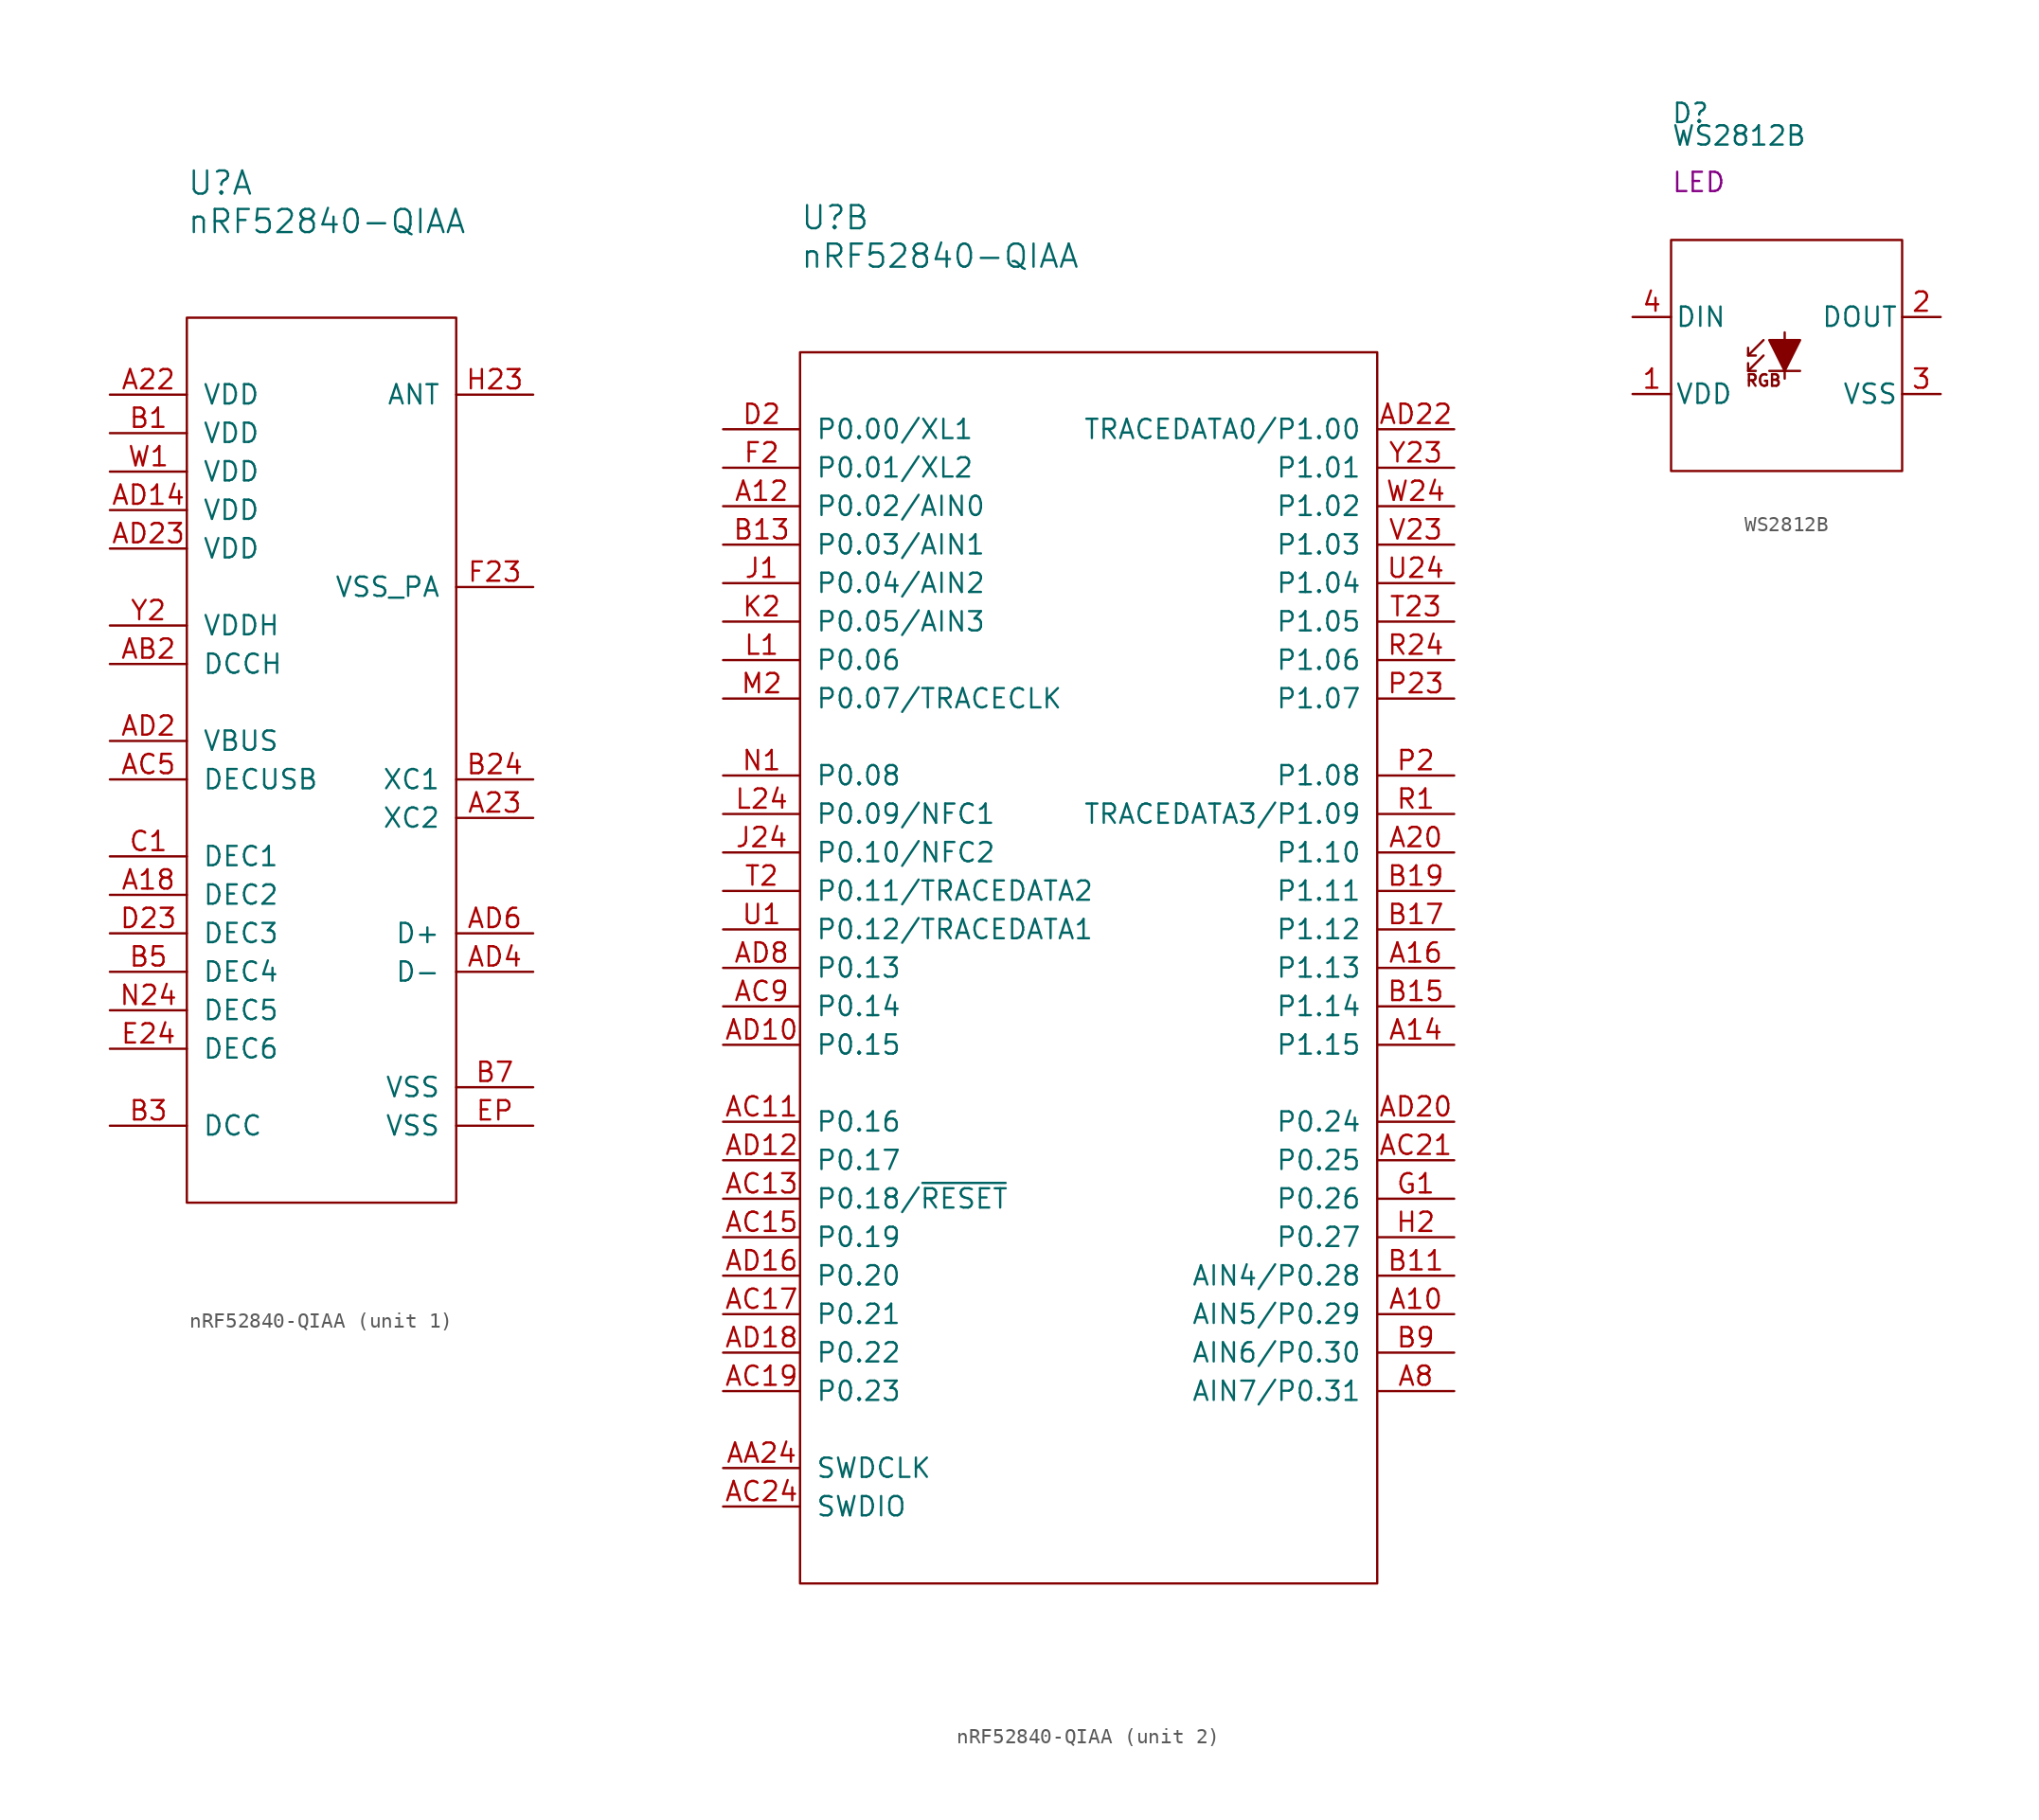
<source format=kicad_sym>
(kicad_symbol_lib
  (version 20211014)
  (generator kicad_symbol_editor)
  (symbol "nRF52840-QIAA"
    (pin_names
      (offset 1.016))
    (property "Reference" "U"
      (at 0 8.89 0)
      (effects (font (size 1.524 1.524)) (justify left)))
    (property "Value" "nRF52840-QIAA"
      (at 0 6.35 0)
      (effects (font (size 1.524 1.524)) (justify left)))
    (property "ki_locked" ""
      (at 0 0 0)
      (effects (font (size 1.27 1.27))))
    (symbol "nRF52840-QIAA_1_1"
      (rectangle (start 0 0) (end 17.78 -58.42) (stroke (width 0) (type default) (color 0 0 0 0)) (fill (type none)))
      (pin power_in line (at -5.08 -38.1 0) (length 5.08) (name "DEC2" (effects (font (size 1.27 1.27)))) (number "A18" (effects (font (size 1.27 1.27)))))
      (pin power_in line (at -5.08 -5.08 0) (length 5.08) (name "VDD" (effects (font (size 1.27 1.27)))) (number "A22" (effects (font (size 1.27 1.27)))))
      (pin passive line (at 22.86 -33.02 180) (length 5.08) (name "XC2" (effects (font (size 1.27 1.27)))) (number "A23" (effects (font (size 1.27 1.27)))))
      (pin power_in line (at -5.08 -22.86 0) (length 5.08) (name "DCCH" (effects (font (size 1.27 1.27)))) (number "AB2" (effects (font (size 1.27 1.27)))))
      (pin power_in line (at -5.08 -30.48 0) (length 5.08) (name "DECUSB" (effects (font (size 1.27 1.27)))) (number "AC5" (effects (font (size 1.27 1.27)))))
      (pin power_in line (at -5.08 -12.7 0) (length 5.08) (name "VDD" (effects (font (size 1.27 1.27)))) (number "AD14" (effects (font (size 1.27 1.27)))))
      (pin power_in line (at -5.08 -27.94 0) (length 5.08) (name "VBUS" (effects (font (size 1.27 1.27)))) (number "AD2" (effects (font (size 1.27 1.27)))))
      (pin power_in line (at -5.08 -15.24 0) (length 5.08) (name "VDD" (effects (font (size 1.27 1.27)))) (number "AD23" (effects (font (size 1.27 1.27)))))
      (pin passive line (at 22.86 -43.18 180) (length 5.08) (name "D-" (effects (font (size 1.27 1.27)))) (number "AD4" (effects (font (size 1.27 1.27)))))
      (pin passive line (at 22.86 -40.64 180) (length 5.08) (name "D+" (effects (font (size 1.27 1.27)))) (number "AD6" (effects (font (size 1.27 1.27)))))
      (pin power_in line (at -5.08 -7.62 0) (length 5.08) (name "VDD" (effects (font (size 1.27 1.27)))) (number "B1" (effects (font (size 1.27 1.27)))))
      (pin passive line (at 22.86 -30.48 180) (length 5.08) (name "XC1" (effects (font (size 1.27 1.27)))) (number "B24" (effects (font (size 1.27 1.27)))))
      (pin power_in line (at -5.08 -53.34 0) (length 5.08) (name "DCC" (effects (font (size 1.27 1.27)))) (number "B3" (effects (font (size 1.27 1.27)))))
      (pin power_in line (at -5.08 -43.18 0) (length 5.08) (name "DEC4" (effects (font (size 1.27 1.27)))) (number "B5" (effects (font (size 1.27 1.27)))))
      (pin power_in line (at 22.86 -50.8 180) (length 5.08) (name "VSS" (effects (font (size 1.27 1.27)))) (number "B7" (effects (font (size 1.27 1.27)))))
      (pin power_in line (at -5.08 -35.56 0) (length 5.08) (name "DEC1" (effects (font (size 1.27 1.27)))) (number "C1" (effects (font (size 1.27 1.27)))))
      (pin power_in line (at -5.08 -40.64 0) (length 5.08) (name "DEC3" (effects (font (size 1.27 1.27)))) (number "D23" (effects (font (size 1.27 1.27)))))
      (pin power_in line (at -5.08 -48.26 0) (length 5.08) (name "DEC6" (effects (font (size 1.27 1.27)))) (number "E24" (effects (font (size 1.27 1.27)))))
      (pin power_in line (at 22.86 -53.34 180) (length 5.08) (name "VSS" (effects (font (size 1.27 1.27)))) (number "EP" (effects (font (size 1.27 1.27)))))
      (pin power_in line (at 22.86 -17.78 180) (length 5.08) (name "VSS_PA" (effects (font (size 1.27 1.27)))) (number "F23" (effects (font (size 1.27 1.27)))))
      (pin passive line (at 22.86 -5.08 180) (length 5.08) (name "ANT" (effects (font (size 1.27 1.27)))) (number "H23" (effects (font (size 1.27 1.27)))))
      (pin power_in line (at -5.08 -45.72 0) (length 5.08) (name "DEC5" (effects (font (size 1.27 1.27)))) (number "N24" (effects (font (size 1.27 1.27)))))
      (pin power_in line (at -5.08 -10.16 0) (length 5.08) (name "VDD" (effects (font (size 1.27 1.27)))) (number "W1" (effects (font (size 1.27 1.27)))))
      (pin power_in line (at -5.08 -20.32 0) (length 5.08) (name "VDDH" (effects (font (size 1.27 1.27)))) (number "Y2" (effects (font (size 1.27 1.27))))))
    (symbol "nRF52840-QIAA_2_1"
      (rectangle (start 0 0) (end 38.1 -81.28) (stroke (width 0) (type default) (color 0 0 0 0)) (fill (type none)))
      (pin passive line (at 43.18 -63.5 180) (length 5.08) (name "AIN5/P0.29" (effects (font (size 1.27 1.27)))) (number "A10" (effects (font (size 1.27 1.27)))))
      (pin passive line (at -5.08 -10.16 0) (length 5.08) (name "P0.02/AIN0" (effects (font (size 1.27 1.27)))) (number "A12" (effects (font (size 1.27 1.27)))))
      (pin passive line (at 43.18 -45.72 180) (length 5.08) (name "P1.15" (effects (font (size 1.27 1.27)))) (number "A14" (effects (font (size 1.27 1.27)))))
      (pin passive line (at 43.18 -40.64 180) (length 5.08) (name "P1.13" (effects (font (size 1.27 1.27)))) (number "A16" (effects (font (size 1.27 1.27)))))
      (pin passive line (at 43.18 -33.02 180) (length 5.08) (name "P1.10" (effects (font (size 1.27 1.27)))) (number "A20" (effects (font (size 1.27 1.27)))))
      (pin passive line (at 43.18 -68.58 180) (length 5.08) (name "AIN7/P0.31" (effects (font (size 1.27 1.27)))) (number "A8" (effects (font (size 1.27 1.27)))))
      (pin passive line (at -5.08 -73.66 0) (length 5.08) (name "SWDCLK" (effects (font (size 1.27 1.27)))) (number "AA24" (effects (font (size 1.27 1.27)))))
      (pin passive line (at -5.08 -50.8 0) (length 5.08) (name "P0.16" (effects (font (size 1.27 1.27)))) (number "AC11" (effects (font (size 1.27 1.27)))))
      (pin passive line (at -5.08 -55.88 0) (length 5.08) (name "P0.18/~{RESET}" (effects (font (size 1.27 1.27)))) (number "AC13" (effects (font (size 1.27 1.27)))))
      (pin passive line (at -5.08 -58.42 0) (length 5.08) (name "P0.19" (effects (font (size 1.27 1.27)))) (number "AC15" (effects (font (size 1.27 1.27)))))
      (pin passive line (at -5.08 -63.5 0) (length 5.08) (name "P0.21" (effects (font (size 1.27 1.27)))) (number "AC17" (effects (font (size 1.27 1.27)))))
      (pin passive line (at -5.08 -68.58 0) (length 5.08) (name "P0.23" (effects (font (size 1.27 1.27)))) (number "AC19" (effects (font (size 1.27 1.27)))))
      (pin passive line (at 43.18 -53.34 180) (length 5.08) (name "P0.25" (effects (font (size 1.27 1.27)))) (number "AC21" (effects (font (size 1.27 1.27)))))
      (pin passive line (at -5.08 -76.2 0) (length 5.08) (name "SWDIO" (effects (font (size 1.27 1.27)))) (number "AC24" (effects (font (size 1.27 1.27)))))
      (pin passive line (at -5.08 -43.18 0) (length 5.08) (name "P0.14" (effects (font (size 1.27 1.27)))) (number "AC9" (effects (font (size 1.27 1.27)))))
      (pin passive line (at -5.08 -45.72 0) (length 5.08) (name "P0.15" (effects (font (size 1.27 1.27)))) (number "AD10" (effects (font (size 1.27 1.27)))))
      (pin passive line (at -5.08 -53.34 0) (length 5.08) (name "P0.17" (effects (font (size 1.27 1.27)))) (number "AD12" (effects (font (size 1.27 1.27)))))
      (pin passive line (at -5.08 -60.96 0) (length 5.08) (name "P0.20" (effects (font (size 1.27 1.27)))) (number "AD16" (effects (font (size 1.27 1.27)))))
      (pin passive line (at -5.08 -66.04 0) (length 5.08) (name "P0.22" (effects (font (size 1.27 1.27)))) (number "AD18" (effects (font (size 1.27 1.27)))))
      (pin passive line (at 43.18 -50.8 180) (length 5.08) (name "P0.24" (effects (font (size 1.27 1.27)))) (number "AD20" (effects (font (size 1.27 1.27)))))
      (pin passive line (at 43.18 -5.08 180) (length 5.08) (name "TRACEDATA0/P1.00" (effects (font (size 1.27 1.27)))) (number "AD22" (effects (font (size 1.27 1.27)))))
      (pin passive line (at -5.08 -40.64 0) (length 5.08) (name "P0.13" (effects (font (size 1.27 1.27)))) (number "AD8" (effects (font (size 1.27 1.27)))))
      (pin passive line (at 43.18 -60.96 180) (length 5.08) (name "AIN4/P0.28" (effects (font (size 1.27 1.27)))) (number "B11" (effects (font (size 1.27 1.27)))))
      (pin passive line (at -5.08 -12.7 0) (length 5.08) (name "P0.03/AIN1" (effects (font (size 1.27 1.27)))) (number "B13" (effects (font (size 1.27 1.27)))))
      (pin passive line (at 43.18 -43.18 180) (length 5.08) (name "P1.14" (effects (font (size 1.27 1.27)))) (number "B15" (effects (font (size 1.27 1.27)))))
      (pin passive line (at 43.18 -38.1 180) (length 5.08) (name "P1.12" (effects (font (size 1.27 1.27)))) (number "B17" (effects (font (size 1.27 1.27)))))
      (pin passive line (at 43.18 -35.56 180) (length 5.08) (name "P1.11" (effects (font (size 1.27 1.27)))) (number "B19" (effects (font (size 1.27 1.27)))))
      (pin passive line (at 43.18 -66.04 180) (length 5.08) (name "AIN6/P0.30" (effects (font (size 1.27 1.27)))) (number "B9" (effects (font (size 1.27 1.27)))))
      (pin passive line (at -5.08 -5.08 0) (length 5.08) (name "P0.00/XL1" (effects (font (size 1.27 1.27)))) (number "D2" (effects (font (size 1.27 1.27)))))
      (pin passive line (at -5.08 -7.62 0) (length 5.08) (name "P0.01/XL2" (effects (font (size 1.27 1.27)))) (number "F2" (effects (font (size 1.27 1.27)))))
      (pin passive line (at 43.18 -55.88 180) (length 5.08) (name "P0.26" (effects (font (size 1.27 1.27)))) (number "G1" (effects (font (size 1.27 1.27)))))
      (pin passive line (at 43.18 -58.42 180) (length 5.08) (name "P0.27" (effects (font (size 1.27 1.27)))) (number "H2" (effects (font (size 1.27 1.27)))))
      (pin passive line (at -5.08 -15.24 0) (length 5.08) (name "P0.04/AIN2" (effects (font (size 1.27 1.27)))) (number "J1" (effects (font (size 1.27 1.27)))))
      (pin passive line (at -5.08 -33.02 0) (length 5.08) (name "P0.10/NFC2" (effects (font (size 1.27 1.27)))) (number "J24" (effects (font (size 1.27 1.27)))))
      (pin passive line (at -5.08 -17.78 0) (length 5.08) (name "P0.05/AIN3" (effects (font (size 1.27 1.27)))) (number "K2" (effects (font (size 1.27 1.27)))))
      (pin passive line (at -5.08 -20.32 0) (length 5.08) (name "P0.06" (effects (font (size 1.27 1.27)))) (number "L1" (effects (font (size 1.27 1.27)))))
      (pin passive line (at -5.08 -30.48 0) (length 5.08) (name "P0.09/NFC1" (effects (font (size 1.27 1.27)))) (number "L24" (effects (font (size 1.27 1.27)))))
      (pin passive line (at -5.08 -22.86 0) (length 5.08) (name "P0.07/TRACECLK" (effects (font (size 1.27 1.27)))) (number "M2" (effects (font (size 1.27 1.27)))))
      (pin passive line (at -5.08 -27.94 0) (length 5.08) (name "P0.08" (effects (font (size 1.27 1.27)))) (number "N1" (effects (font (size 1.27 1.27)))))
      (pin passive line (at 43.18 -27.94 180) (length 5.08) (name "P1.08" (effects (font (size 1.27 1.27)))) (number "P2" (effects (font (size 1.27 1.27)))))
      (pin passive line (at 43.18 -22.86 180) (length 5.08) (name "P1.07" (effects (font (size 1.27 1.27)))) (number "P23" (effects (font (size 1.27 1.27)))))
      (pin passive line (at 43.18 -30.48 180) (length 5.08) (name "TRACEDATA3/P1.09" (effects (font (size 1.27 1.27)))) (number "R1" (effects (font (size 1.27 1.27)))))
      (pin passive line (at 43.18 -20.32 180) (length 5.08) (name "P1.06" (effects (font (size 1.27 1.27)))) (number "R24" (effects (font (size 1.27 1.27)))))
      (pin passive line (at -5.08 -35.56 0) (length 5.08) (name "P0.11/TRACEDATA2" (effects (font (size 1.27 1.27)))) (number "T2" (effects (font (size 1.27 1.27)))))
      (pin passive line (at 43.18 -17.78 180) (length 5.08) (name "P1.05" (effects (font (size 1.27 1.27)))) (number "T23" (effects (font (size 1.27 1.27)))))
      (pin passive line (at -5.08 -38.1 0) (length 5.08) (name "P0.12/TRACEDATA1" (effects (font (size 1.27 1.27)))) (number "U1" (effects (font (size 1.27 1.27)))))
      (pin passive line (at 43.18 -15.24 180) (length 5.08) (name "P1.04" (effects (font (size 1.27 1.27)))) (number "U24" (effects (font (size 1.27 1.27)))))
      (pin passive line (at 43.18 -12.7 180) (length 5.08) (name "P1.03" (effects (font (size 1.27 1.27)))) (number "V23" (effects (font (size 1.27 1.27)))))
      (pin passive line (at 43.18 -10.16 180) (length 5.08) (name "P1.02" (effects (font (size 1.27 1.27)))) (number "W24" (effects (font (size 1.27 1.27)))))
      (pin passive line (at 43.18 -7.62 180) (length 5.08) (name "P1.01" (effects (font (size 1.27 1.27)))) (number "Y23" (effects (font (size 1.27 1.27)))))))
  (symbol "WS2812B"
    (pin_names
      (offset 0.254))
    (property "Reference" "D"
      (at 0 7.62 0)
      (effects (font (size 1.27 1.27)) (justify left bottom)))
    (property "Value" "WS2812B"
      (at 0 7.62 0)
      (effects (font (size 1.27 1.27)) (justify left top)))
    (property "Category" "LED"
      (at 0 3.81 0)
      (effects (font (size 1.27 1.27)) (justify left)))
    (symbol "WS2812B_0_0"
      (text "RGB" (at 6.096 -9.271 0) (effects (font (size 0.762 0.762)))))
    (symbol "WS2812B_0_1"
      (polyline (pts (xy 5.08 -8.636) (xy 5.588 -8.636)) (stroke (width 0) (type default) (color 0 0 0 0)) (fill (type none)))
      (polyline (pts (xy 5.08 -7.62) (xy 5.588 -7.62)) (stroke (width 0) (type default) (color 0 0 0 0)) (fill (type none)))
      (polyline (pts (xy 8.509 -8.636) (xy 6.477 -8.636)) (stroke (width 0) (type default) (color 0 0 0 0)) (fill (type none)))
      (polyline (pts (xy 6.096 -7.62) (xy 5.08 -8.636) (xy 5.08 -8.128)) (stroke (width 0) (type default) (color 0 0 0 0)) (fill (type none)))
      (polyline (pts (xy 6.096 -6.604) (xy 5.08 -7.62) (xy 5.08 -7.112)) (stroke (width 0) (type default) (color 0 0 0 0)) (fill (type none)))
      (polyline (pts (xy 7.493 -6.096) (xy 7.493 -8.636) (xy 7.493 -9.144)) (stroke (width 0) (type default) (color 0 0 0 0)) (fill (type none)))
      (polyline (pts (xy 8.509 -6.604) (xy 6.477 -6.604) (xy 7.493 -8.636) (xy 8.509 -6.604)) (stroke (width 0) (type default) (color 0 0 0 0)) (fill (type outline)))
      (rectangle (start 0 0) (end 15.24 -15.24) (stroke (width 0.152) (type default) (color 0 0 0 0)) (fill (type none))))
    (symbol "WS2812B_1_1"
      (pin passive line (at -2.54 -10.16 0) (length 2.54) (name "VDD" (effects (font (size 1.27 1.27)))) (number "1" (effects (font (size 1.27 1.27)))))
      (pin passive line (at 17.78 -5.08 180) (length 2.54) (name "DOUT" (effects (font (size 1.27 1.27)))) (number "2" (effects (font (size 1.27 1.27)))))
      (pin passive line (at 17.78 -10.16 180) (length 2.54) (name "VSS" (effects (font (size 1.27 1.27)))) (number "3" (effects (font (size 1.27 1.27)))))
      (pin passive line (at -2.54 -5.08 0) (length 2.54) (name "DIN" (effects (font (size 1.27 1.27)))) (number "4" (effects (font (size 1.27 1.27))))))))
</source>
